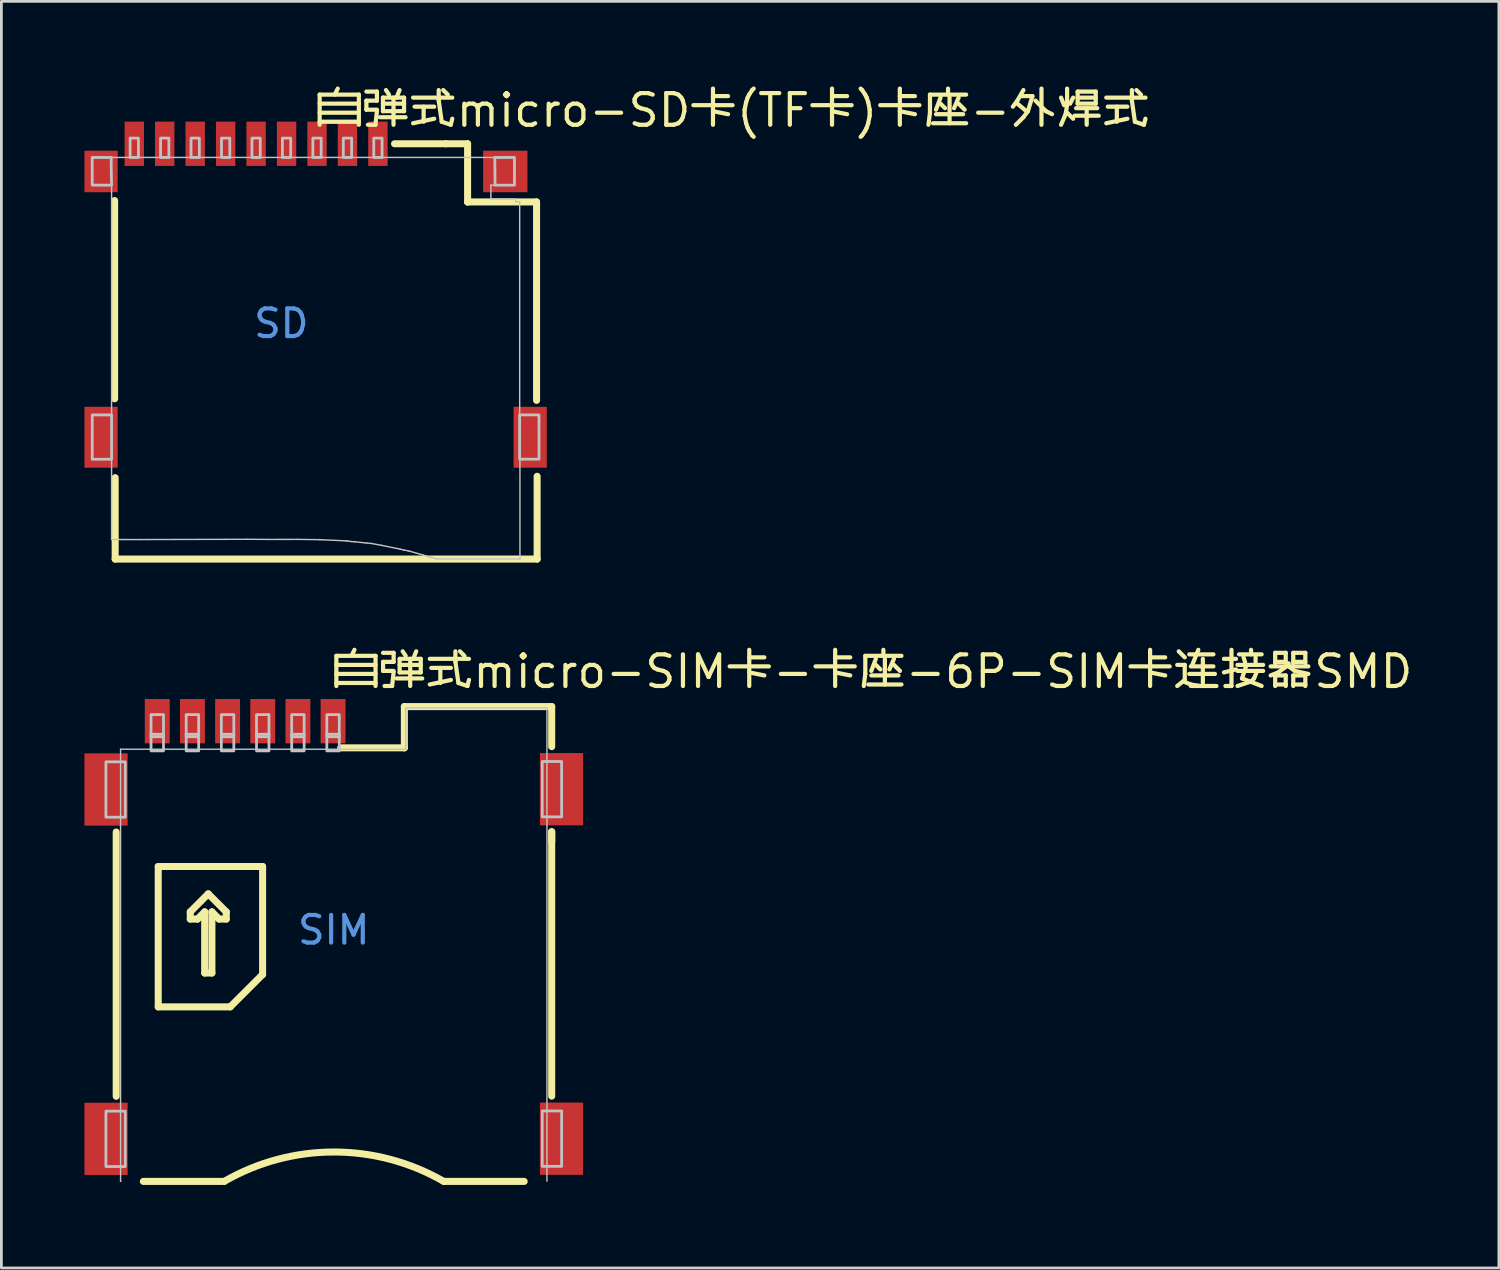
<source format=kicad_pcb>
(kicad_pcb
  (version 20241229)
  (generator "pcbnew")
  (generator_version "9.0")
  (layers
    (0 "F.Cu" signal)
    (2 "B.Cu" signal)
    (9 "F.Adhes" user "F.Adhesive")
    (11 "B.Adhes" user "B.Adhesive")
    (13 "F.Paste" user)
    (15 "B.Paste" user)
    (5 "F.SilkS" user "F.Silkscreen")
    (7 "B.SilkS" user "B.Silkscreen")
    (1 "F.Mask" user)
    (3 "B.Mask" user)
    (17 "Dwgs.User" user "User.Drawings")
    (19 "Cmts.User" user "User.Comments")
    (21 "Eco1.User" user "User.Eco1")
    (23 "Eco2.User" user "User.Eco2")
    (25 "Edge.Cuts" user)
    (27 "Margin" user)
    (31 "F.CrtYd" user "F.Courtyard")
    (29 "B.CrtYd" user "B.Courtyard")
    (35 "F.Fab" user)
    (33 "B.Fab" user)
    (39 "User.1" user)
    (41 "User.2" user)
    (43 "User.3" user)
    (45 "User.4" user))
  (footprint "自弹式micro-SD卡(TF卡)卡座-外焊式"
    (layer "F.Cu")
    (at 7.112 8.634)
    (property "Reference" "自弹式micro-SD卡(TF卡)卡座-外焊式" (at 1.175 -7.699 0) (layer "F.SilkS") (effects (font (size 1.143 1.143) (thickness 0.152)) (justify left)))
    (attr smd)
    (fp_line (start -6.022 -4.441) (end -6.022 2.719) (stroke (width 0.254) (type solid)) (layer "F.SilkS"))
    (fp_line (start -6.002 8.509) (end -6.002 5.569) (stroke (width 0.254) (type solid)) (layer "F.SilkS"))
    (fp_line (start -6.002 8.509) (end 9.238 8.509) (stroke (width 0.254) (type solid)) (layer "F.SilkS"))
    (fp_line (start 5.94 -6.491) (end 4.088 -6.491) (stroke (width 0.254) (type solid)) (layer "F.SilkS"))
    (fp_line (start 5.94 -6.491) (end 6.727 -6.491) (stroke (width 0.254) (type solid)) (layer "F.SilkS"))
    (fp_line (start 6.727 -6.491) (end 6.727 -4.39) (stroke (width 0.254) (type solid)) (layer "F.SilkS"))
    (fp_line (start 6.727 -4.39) (end 6.738 -4.391) (stroke (width 0.254) (type solid)) (layer "F.SilkS"))
    (fp_line (start 9.218 -4.391) (end 6.728 -4.391) (stroke (width 0.254) (type solid)) (layer "F.SilkS"))
    (fp_line (start 9.218 2.778) (end 9.218 -4.391) (stroke (width 0.254) (type solid)) (layer "F.SilkS"))
    (fp_line (start 9.238 8.509) (end 9.238 5.519) (stroke (width 0.254) (type solid)) (layer "F.SilkS"))
    (fp_line (start -6.832 -5.997) (end -6.832 -5.997) (stroke (width 0.051) (type solid)) (layer "Dwgs.User"))
    (fp_line (start -6.832 -5.997) (end 8.419 -5.997) (stroke (width 0.051) (type solid)) (layer "Dwgs.User"))
    (fp_line (start -6.832 -4.997) (end -6.832 -5.997) (stroke (width 0.051) (type solid)) (layer "Dwgs.User"))
    (fp_line (start -6.832 3.303) (end -6.132 3.303) (stroke (width 0.051) (type solid)) (layer "Dwgs.User"))
    (fp_line (start -6.832 4.903) (end -6.832 3.303) (stroke (width 0.051) (type solid)) (layer "Dwgs.User"))
    (fp_line (start -6.132 -4.997) (end -6.832 -4.997) (stroke (width 0.051) (type solid)) (layer "Dwgs.User"))
    (fp_line (start -6.132 3.303) (end -6.132 -4.997) (stroke (width 0.051) (type solid)) (layer "Dwgs.User"))
    (fp_line (start -6.132 4.903) (end -6.832 4.903) (stroke (width 0.051) (type solid)) (layer "Dwgs.User"))
    (fp_line (start -6.132 7.803) (end -6.132 4.903) (stroke (width 0.051) (type solid)) (layer "Dwgs.User"))
    (fp_line (start -5.114 7.804) (end -6.132 7.803) (stroke (width 0.051) (type solid)) (layer "Dwgs.User"))
    (fp_line (start -1.238 7.794) (end -5.114 7.804) (stroke (width 0.051) (type solid)) (layer "Dwgs.User"))
    (fp_line (start -0.457 7.799) (end -1.238 7.794) (stroke (width 0.051) (type solid)) (layer "Dwgs.User"))
    (fp_line (start 0.59 7.798) (end -0.457 7.799) (stroke (width 0.051) (type solid)) (layer "Dwgs.User"))
    (fp_line (start 1.376 7.808) (end 0.59 7.798) (stroke (width 0.051) (type solid)) (layer "Dwgs.User"))
    (fp_line (start 1.47 7.812) (end 1.376 7.808) (stroke (width 0.051) (type solid)) (layer "Dwgs.User"))
    (fp_line (start 2.328 7.851) (end 1.47 7.812) (stroke (width 0.051) (type solid)) (layer "Dwgs.User"))
    (fp_line (start 2.401 7.859) (end 2.328 7.851) (stroke (width 0.051) (type solid)) (layer "Dwgs.User"))
    (fp_line (start 2.546 7.878) (end 2.401 7.859) (stroke (width 0.051) (type solid)) (layer "Dwgs.User"))
    (fp_line (start 2.652 7.884) (end 2.546 7.878) (stroke (width 0.051) (type solid)) (layer "Dwgs.User"))
    (fp_line (start 3.08 7.93) (end 2.652 7.884) (stroke (width 0.051) (type solid)) (layer "Dwgs.User"))
    (fp_line (start 3.25 7.945) (end 3.08 7.93) (stroke (width 0.051) (type solid)) (layer "Dwgs.User"))
    (fp_line (start 3.618 8.013) (end 3.25 7.945) (stroke (width 0.051) (type solid)) (layer "Dwgs.User"))
    (fp_line (start 4.286 8.149) (end 3.618 8.013) (stroke (width 0.051) (type solid)) (layer "Dwgs.User"))
    (fp_line (start 4.414 8.18) (end 4.286 8.149) (stroke (width 0.051) (type solid)) (layer "Dwgs.User"))
    (fp_line (start 4.586 8.212) (end 4.414 8.18) (stroke (width 0.051) (type solid)) (layer "Dwgs.User"))
    (fp_line (start 4.649 8.23) (end 4.586 8.212) (stroke (width 0.051) (type solid)) (layer "Dwgs.User"))
    (fp_line (start 5.114 8.361) (end 4.649 8.23) (stroke (width 0.051) (type solid)) (layer "Dwgs.User"))
    (fp_line (start 5.379 8.437) (end 5.114 8.361) (stroke (width 0.051) (type solid)) (layer "Dwgs.User"))
    (fp_line (start 5.626 8.504) (end 5.379 8.437) (stroke (width 0.051) (type solid)) (layer "Dwgs.User"))
    (fp_line (start 5.627 8.503) (end 5.626 8.504) (stroke (width 0.051) (type solid)) (layer "Dwgs.User"))
    (fp_line (start 7.568 -4.997) (end 7.568 -4.497) (stroke (width 0.051) (type solid)) (layer "Dwgs.User"))
    (fp_line (start 7.568 -4.497) (end 8.467 -4.497) (stroke (width 0.051) (type solid)) (layer "Dwgs.User"))
    (fp_line (start 8.419 -5.997) (end 8.419 -5.997) (stroke (width 0.051) (type solid)) (layer "Dwgs.User"))
    (fp_line (start 8.419 -5.997) (end 8.419 -4.997) (stroke (width 0.051) (type solid)) (layer "Dwgs.User"))
    (fp_line (start 8.419 -4.997) (end 7.568 -4.997) (stroke (width 0.051) (type solid)) (layer "Dwgs.User"))
    (fp_line (start 8.419 -4.997) (end 8.419 -4.997) (stroke (width 0.051) (type solid)) (layer "Dwgs.User"))
    (fp_line (start 8.467 -4.497) (end 8.467 -4.397) (stroke (width 0.051) (type solid)) (layer "Dwgs.User"))
    (fp_line (start 8.467 -4.397) (end 8.608 -4.397) (stroke (width 0.051) (type solid)) (layer "Dwgs.User"))
    (fp_line (start 8.608 -4.397) (end 8.608 3.303) (stroke (width 0.051) (type solid)) (layer "Dwgs.User"))
    (fp_line (start 8.608 3.303) (end 8.608 3.303) (stroke (width 0.051) (type solid)) (layer "Dwgs.User"))
    (fp_line (start 8.608 3.303) (end 9.307 3.303) (stroke (width 0.051) (type solid)) (layer "Dwgs.User"))
    (fp_line (start 8.617 8.503) (end 5.627 8.503) (stroke (width 0.051) (type solid)) (layer "Dwgs.User"))
    (fp_line (start 8.618 4.903) (end 8.618 8.502) (stroke (width 0.051) (type solid)) (layer "Dwgs.User"))
    (fp_line (start 8.618 8.502) (end 8.617 8.503) (stroke (width 0.051) (type solid)) (layer "Dwgs.User"))
    (fp_line (start 9.307 3.303) (end 9.308 3.304) (stroke (width 0.051) (type solid)) (layer "Dwgs.User"))
    (fp_line (start 9.308 3.304) (end 9.308 4.903) (stroke (width 0.051) (type solid)) (layer "Dwgs.User"))
    (fp_line (start 9.308 4.903) (end 8.618 4.903) (stroke (width 0.051) (type solid)) (layer "Dwgs.User"))
    (fp_line (start 9.308 4.903) (end 9.308 4.903) (stroke (width 0.051) (type solid)) (layer "Dwgs.User"))
    (fp_poly (pts (xy -5.462 -6.696) (xy -5.162 -6.696) (xy -5.162 -5.996) (xy -5.462 -5.996) (xy -5.462 -6.696)) (stroke (width 0.1) (type solid)) (fill no) (layer "Dwgs.User"))
    (fp_poly (pts (xy -4.362 -6.696) (xy -4.062 -6.696) (xy -4.062 -5.996) (xy -4.362 -5.996) (xy -4.362 -6.696)) (stroke (width 0.1) (type solid)) (fill no) (layer "Dwgs.User"))
    (fp_poly (pts (xy -3.262 -6.696) (xy -2.962 -6.696) (xy -2.962 -5.996) (xy -3.262 -5.996) (xy -3.262 -6.696)) (stroke (width 0.1) (type solid)) (fill no) (layer "Dwgs.User"))
    (fp_poly (pts (xy -2.162 -6.696) (xy -1.862 -6.696) (xy -1.862 -5.996) (xy -2.162 -5.996) (xy -2.162 -6.696)) (stroke (width 0.1) (type solid)) (fill no) (layer "Dwgs.User"))
    (fp_poly (pts (xy -1.062 -6.696) (xy -0.762 -6.696) (xy -0.762 -5.996) (xy -1.062 -5.996) (xy -1.062 -6.696)) (stroke (width 0.1) (type solid)) (fill no) (layer "Dwgs.User"))
    (fp_poly (pts (xy 0.038 -6.696) (xy 0.338 -6.696) (xy 0.338 -5.996) (xy 0.038 -5.996) (xy 0.038 -6.696)) (stroke (width 0.1) (type solid)) (fill no) (layer "Dwgs.User"))
    (fp_poly (pts (xy 1.138 -6.696) (xy 1.438 -6.696) (xy 1.438 -5.996) (xy 1.138 -5.996) (xy 1.138 -6.696)) (stroke (width 0.1) (type solid)) (fill no) (layer "Dwgs.User"))
    (fp_poly (pts (xy 2.238 -6.696) (xy 2.538 -6.696) (xy 2.538 -5.996) (xy 2.238 -5.996) (xy 2.238 -6.696)) (stroke (width 0.1) (type solid)) (fill no) (layer "Dwgs.User"))
    (fp_poly (pts (xy 3.338 -6.696) (xy 3.638 -6.696) (xy 3.638 -5.996) (xy 3.338 -5.996) (xy 3.338 -6.696)) (stroke (width 0.1) (type solid)) (fill no) (layer "Dwgs.User"))
    (fp_poly (pts (xy -6.131 4.903) (xy -6.132 3.303) (xy -6.831 3.303) (xy -6.831 4.903) (xy -6.771 4.903) (xy -6.131 4.903)) (stroke (width 0.1) (type solid)) (fill no) (layer "Dwgs.User"))
    (fp_poly (pts (xy 9.307 4.901) (xy 9.306 3.301) (xy 8.607 3.301) (xy 8.607 4.9) (xy 8.667 4.9) (xy 9.307 4.901)) (stroke (width 0.1) (type solid)) (fill no) (layer "Dwgs.User"))
    (fp_poly (pts (xy -6.132 -4.997) (xy -6.831 -4.997) (xy -6.832 -5.997) (xy -6.145 -5.997) (xy -6.144 -5.996) (xy -6.146 -5.689) (xy -6.132 -4.997)) (stroke (width 0.1) (type solid)) (fill no) (layer "Dwgs.User"))
    (fp_poly (pts (xy 7.719 -4.996) (xy 8.419 -4.996) (xy 8.419 -5.996) (xy 7.732 -5.996) (xy 7.707 -5.997) (xy 7.71 -5.943) (xy 7.711 -5.862) (xy 7.712 -5.689) (xy 7.719 -4.996)) (stroke (width 0.1) (type solid)) (fill no) (layer "Dwgs.User"))
    (fp_text user "SD" (at 0 0 0) (layer "Cmts.User") (effects (font (size 1 1) (thickness 0.15))))
    (pad "1" smd rect (at 3.488 -6.491) (size 0.7 1.6) (layers "F.Cu" "F.Mask" "F.Paste"))
    (pad "2" smd rect (at 2.388 -6.491) (size 0.7 1.6) (layers "F.Cu" "F.Mask" "F.Paste"))
    (pad "3" smd rect (at 1.288 -6.491) (size 0.7 1.6) (layers "F.Cu" "F.Mask" "F.Paste"))
    (pad "4" smd rect (at 0.188 -6.491) (size 0.7 1.6) (layers "F.Cu" "F.Mask" "F.Paste"))
    (pad "5" smd rect (at -0.912 -6.491) (size 0.7 1.6) (layers "F.Cu" "F.Mask" "F.Paste"))
    (pad "6" smd rect (at -2.012 -6.491) (size 0.7 1.6) (layers "F.Cu" "F.Mask" "F.Paste"))
    (pad "7" smd rect (at -3.112 -6.491) (size 0.7 1.6) (layers "F.Cu" "F.Mask" "F.Paste"))
    (pad "8" smd rect (at -4.212 -6.491) (size 0.7 1.6) (layers "F.Cu" "F.Mask" "F.Paste"))
    (pad "9" smd rect (at -5.312 -6.491) (size 0.7 1.6) (layers "F.Cu" "F.Mask" "F.Paste"))
    (pad "10" smd rect (at -6.512 -5.491) (size 1.2 1.5) (layers "F.Cu" "F.Mask" "F.Paste"))
    (pad "11" smd rect (at -6.512 4.109) (size 1.2 2.2) (layers "F.Cu" "F.Mask" "F.Paste"))
    (pad "12" smd rect (at 8.988 4.109) (size 1.2 2.2) (layers "F.Cu" "F.Mask" "F.Paste"))
    (pad "13" smd rect (at 8.088 -5.491) (size 1.6 1.5) (layers "F.Cu" "F.Mask" "F.Paste")))
  (footprint "自弹式micro-SIM卡-卡座-6P-SIM卡连接器SMD"
    (layer "F.Cu")
    (at 9.005 30.541)
    (property "Reference" "自弹式micro-SIM卡-卡座-6P-SIM卡连接器SMD" (at -0.115 -9.335 0) (layer "F.SilkS") (effects (font (size 1.143 1.143) (thickness 0.152)) (justify left)))
    (attr smd)
    (fp_line (start -7.858 -3.539) (end -7.858 6.007) (stroke (width 0.254) (type solid)) (layer "F.SilkS"))
    (fp_line (start -6.34 -2.294) (end -2.57 -2.294) (stroke (width 0.254) (type solid)) (layer "F.SilkS"))
    (fp_line (start -6.34 2.776) (end -6.34 -2.294) (stroke (width 0.254) (type solid)) (layer "F.SilkS"))
    (fp_line (start -5.183 -0.656) (end -5.183 -0.395) (stroke (width 0.254) (type solid)) (layer "F.SilkS"))
    (fp_line (start -5.183 -0.395) (end -4.921 -0.395) (stroke (width 0.254) (type solid)) (layer "F.SilkS"))
    (fp_line (start -4.921 -0.395) (end -4.662 -0.656) (stroke (width 0.254) (type solid)) (layer "F.SilkS"))
    (fp_line (start -4.662 -0.656) (end -4.662 1.553) (stroke (width 0.254) (type solid)) (layer "F.SilkS"))
    (fp_line (start -4.662 1.553) (end -4.401 1.553) (stroke (width 0.254) (type solid)) (layer "F.SilkS"))
    (fp_line (start -4.533 -1.307) (end -5.183 -0.656) (stroke (width 0.254) (type solid)) (layer "F.SilkS"))
    (fp_line (start -4.401 -0.656) (end -4.142 -0.395) (stroke (width 0.254) (type solid)) (layer "F.SilkS"))
    (fp_line (start -4.401 1.553) (end -4.401 -0.656) (stroke (width 0.254) (type solid)) (layer "F.SilkS"))
    (fp_line (start -4.142 -0.395) (end -3.883 -0.395) (stroke (width 0.254) (type solid)) (layer "F.SilkS"))
    (fp_line (start -3.958 9.08) (end -6.878 9.08) (stroke (width 0.254) (type solid)) (layer "F.SilkS"))
    (fp_line (start -3.883 -0.656) (end -4.533 -1.307) (stroke (width 0.254) (type solid)) (layer "F.SilkS"))
    (fp_line (start -3.883 -0.395) (end -3.883 -0.656) (stroke (width 0.254) (type solid)) (layer "F.SilkS"))
    (fp_line (start -3.74 2.776) (end -6.34 2.776) (stroke (width 0.254) (type solid)) (layer "F.SilkS"))
    (fp_line (start -2.57 -2.294) (end -2.57 1.606) (stroke (width 0.254) (type solid)) (layer "F.SilkS"))
    (fp_line (start -2.57 1.606) (end -3.74 2.776) (stroke (width 0.254) (type solid)) (layer "F.SilkS"))
    (fp_line (start 2.55 -8.07) (end 2.55 -6.58) (stroke (width 0.254) (type solid)) (layer "F.SilkS"))
    (fp_line (start 2.55 -6.58) (end 0.25 -6.58) (stroke (width 0.254) (type solid)) (layer "F.SilkS"))
    (fp_line (start 3.972 9.08) (end 6.878 9.08) (stroke (width 0.254) (type solid)) (layer "F.SilkS"))
    (fp_line (start 7.872 -8.07) (end 2.55 -8.07) (stroke (width 0.254) (type solid)) (layer "F.SilkS"))
    (fp_line (start 7.872 -6.623) (end 7.872 -8.07) (stroke (width 0.254) (type solid)) (layer "F.SilkS"))
    (fp_line (start 7.872 -3.55) (end 7.872 6) (stroke (width 0.254) (type solid)) (layer "F.SilkS"))
    (fp_line (start 7.872 -3.193) (end 7.872 -3.55) (stroke (width 0.254) (type solid)) (layer "F.SilkS"))
    (fp_arc (start -3.958 9.08) (mid 0.007117 8.018039) (end 3.972203 9.080117) (stroke (width 0.254) (type solid)) (layer "F.SilkS"))
    (fp_line (start -7.7 -6.52) (end -7.7 9.07) (stroke (width 0.051) (type solid)) (layer "Dwgs.User"))
    (fp_line (start -7.7 9.07) (end -7.69 9.08) (stroke (width 0.051) (type solid)) (layer "Dwgs.User"))
    (fp_line (start -7.69 -6.53) (end -7.7 -6.52) (stroke (width 0.051) (type solid)) (layer "Dwgs.User"))
    (fp_line (start 2.6 -8.02) (end 2.6 -6.53) (stroke (width 0.051) (type solid)) (layer "Dwgs.User"))
    (fp_line (start 2.6 -6.53) (end -7.69 -6.53) (stroke (width 0.051) (type solid)) (layer "Dwgs.User"))
    (fp_line (start 7.7 -8.02) (end 2.6 -8.02) (stroke (width 0.051) (type solid)) (layer "Dwgs.User"))
    (fp_line (start 7.7 9.07) (end 7.7 -8.02) (stroke (width 0.051) (type solid)) (layer "Dwgs.User"))
    (fp_poly (pts (xy -8.23 -4.075) (xy -8.23 -6.075) (xy -7.53 -6.075) (xy -7.53 -4.075) (xy -8.23 -4.075)) (stroke (width 0.1) (type solid)) (fill no) (layer "Dwgs.User"))
    (fp_poly (pts (xy -8.23 8.543) (xy -8.23 6.543) (xy -7.53 6.543) (xy -7.53 8.543) (xy -8.23 8.543)) (stroke (width 0.1) (type solid)) (fill no) (layer "Dwgs.User"))
    (fp_poly (pts (xy -6.6 -7.78) (xy -6.15 -7.78) (xy -6.15 -6.98) (xy -6.6 -6.98) (xy -6.6 -7.78)) (stroke (width 0.1) (type solid)) (fill no) (layer "Dwgs.User"))
    (fp_poly (pts (xy -6.6 -6.47) (xy -6.6 -7.07) (xy -6.15 -7.07) (xy -6.15 -6.47) (xy -6.6 -6.47)) (stroke (width 0.1) (type solid)) (fill no) (layer "Dwgs.User"))
    (fp_poly (pts (xy -5.33 -7.78) (xy -4.88 -7.78) (xy -4.88 -6.98) (xy -5.33 -6.98) (xy -5.33 -7.78)) (stroke (width 0.1) (type solid)) (fill no) (layer "Dwgs.User"))
    (fp_poly (pts (xy -5.33 -6.47) (xy -5.33 -7.07) (xy -4.88 -7.07) (xy -4.88 -6.47) (xy -5.33 -6.47)) (stroke (width 0.1) (type solid)) (fill no) (layer "Dwgs.User"))
    (fp_poly (pts (xy -4.06 -7.78) (xy -3.61 -7.78) (xy -3.61 -6.98) (xy -4.06 -6.98) (xy -4.06 -7.78)) (stroke (width 0.1) (type solid)) (fill no) (layer "Dwgs.User"))
    (fp_poly (pts (xy -4.06 -6.47) (xy -4.06 -7.07) (xy -3.61 -7.07) (xy -3.61 -6.47) (xy -4.06 -6.47)) (stroke (width 0.1) (type solid)) (fill no) (layer "Dwgs.User"))
    (fp_poly (pts (xy -2.79 -7.78) (xy -2.34 -7.78) (xy -2.34 -6.98) (xy -2.79 -6.98) (xy -2.79 -7.78)) (stroke (width 0.1) (type solid)) (fill no) (layer "Dwgs.User"))
    (fp_poly (pts (xy -2.79 -6.47) (xy -2.79 -7.07) (xy -2.34 -7.07) (xy -2.34 -6.47) (xy -2.79 -6.47)) (stroke (width 0.1) (type solid)) (fill no) (layer "Dwgs.User"))
    (fp_poly (pts (xy -1.52 -7.78) (xy -1.07 -7.78) (xy -1.07 -6.98) (xy -1.52 -6.98) (xy -1.52 -7.78)) (stroke (width 0.1) (type solid)) (fill no) (layer "Dwgs.User"))
    (fp_poly (pts (xy -1.52 -6.47) (xy -1.52 -7.07) (xy -1.07 -7.07) (xy -1.07 -6.47) (xy -1.52 -6.47)) (stroke (width 0.1) (type solid)) (fill no) (layer "Dwgs.User"))
    (fp_poly (pts (xy -0.25 -7.78) (xy 0.2 -7.78) (xy 0.2 -6.98) (xy -0.25 -6.98) (xy -0.25 -7.78)) (stroke (width 0.1) (type solid)) (fill no) (layer "Dwgs.User"))
    (fp_poly (pts (xy -0.25 -6.47) (xy -0.25 -7.07) (xy 0.2 -7.07) (xy 0.2 -6.47) (xy -0.25 -6.47)) (stroke (width 0.1) (type solid)) (fill no) (layer "Dwgs.User"))
    (fp_poly (pts (xy 7.53 -4.087) (xy 7.53 -6.087) (xy 8.23 -6.087) (xy 8.23 -4.087) (xy 7.53 -4.087)) (stroke (width 0.1) (type solid)) (fill no) (layer "Dwgs.User"))
    (fp_poly (pts (xy 7.53 8.536) (xy 7.53 6.536) (xy 8.23 6.536) (xy 8.23 8.536) (xy 7.53 8.536)) (stroke (width 0.1) (type solid)) (fill no) (layer "Dwgs.User"))
    (fp_text user "SIM" (at 0 0 0) (layer "Cmts.User") (effects (font (size 1 1) (thickness 0.15))))
    (pad "" smd rect (at -8.225 -5.075 270) (size 2.61 1.56) (layers "F.Cu" "F.Mask" "F.Paste"))
    (pad "" smd rect (at -8.225 7.543 270) (size 2.61 1.56) (layers "F.Cu" "F.Mask" "F.Paste"))
    (pad "" smd rect (at 8.225 -5.086 270) (size 2.61 1.56) (layers "F.Cu" "F.Mask" "F.Paste"))
    (pad "" smd rect (at 8.225 7.537 270) (size 2.61 1.56) (layers "F.Cu" "F.Mask" "F.Paste"))
    (pad "1" smd rect (at -5.105 -7.543) (size 0.9 1.6) (layers "F.Cu" "F.Mask" "F.Paste"))
    (pad "2" smd rect (at -2.565 -7.543) (size 0.9 1.6) (layers "F.Cu" "F.Mask" "F.Paste"))
    (pad "3" smd rect (at -0.025 -7.543) (size 0.9 1.6) (layers "F.Cu" "F.Mask" "F.Paste"))
    (pad "5" smd rect (at -6.375 -7.543) (size 0.9 1.6) (layers "F.Cu" "F.Mask" "F.Paste"))
    (pad "6" smd rect (at -3.835 -7.543) (size 0.9 1.6) (layers "F.Cu" "F.Mask" "F.Paste"))
    (pad "7" smd rect (at -1.295 -7.543) (size 0.9 1.6) (layers "F.Cu" "F.Mask" "F.Paste")))
  (gr_rect
    (start -3 -3)
    (end 51.088 42.748)
    (stroke (width 0.1) (type default))
    (fill no)
    (layer "Edge.Cuts")))
</source>
